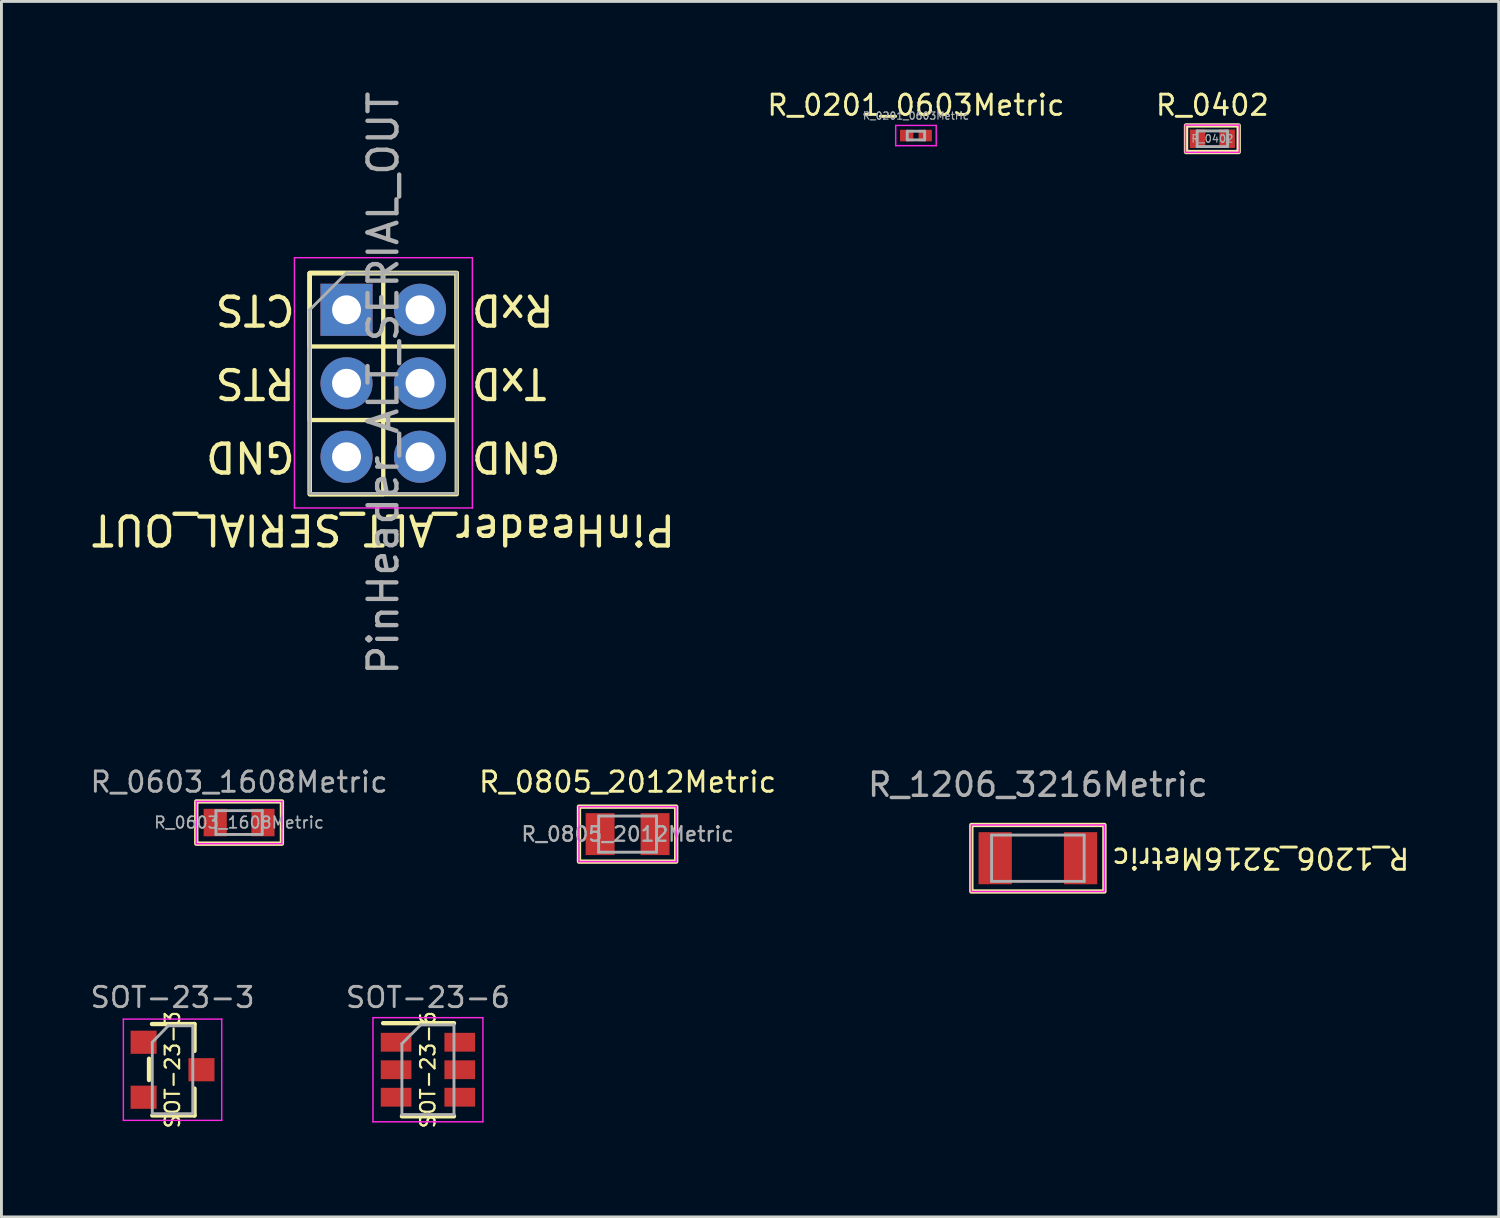
<source format=kicad_pcb>
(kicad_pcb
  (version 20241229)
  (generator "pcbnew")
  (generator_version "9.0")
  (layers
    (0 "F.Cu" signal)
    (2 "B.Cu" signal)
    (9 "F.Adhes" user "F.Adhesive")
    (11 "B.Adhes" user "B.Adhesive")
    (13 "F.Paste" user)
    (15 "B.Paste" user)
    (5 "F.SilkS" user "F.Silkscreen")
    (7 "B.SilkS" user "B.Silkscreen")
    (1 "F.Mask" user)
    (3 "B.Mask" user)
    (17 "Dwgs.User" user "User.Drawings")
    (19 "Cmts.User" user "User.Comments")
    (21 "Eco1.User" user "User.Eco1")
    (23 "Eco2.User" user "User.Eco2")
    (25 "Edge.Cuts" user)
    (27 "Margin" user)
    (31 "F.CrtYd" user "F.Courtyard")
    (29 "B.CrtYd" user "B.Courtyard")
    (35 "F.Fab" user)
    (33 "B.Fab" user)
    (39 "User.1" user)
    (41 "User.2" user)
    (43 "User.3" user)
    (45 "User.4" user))
  (footprint "R_0805_2012Metric"
    (layer "F.Cu")
    (at 18.64 25.778)
    (property "Reference" "R_0805_2012Metric" (at 0 -1.8 0) (layer "F.SilkS") (effects (font (size 0.7 0.7) (thickness 0.1))))
    (attr smd)
    (fp_rect (start -1.68 -0.95) (end 1.68 0.95) (stroke (width 0.15) (type solid)) (fill no) (layer "F.SilkS"))
    (fp_line (start -1.68 -0.95) (end 1.68 -0.95) (stroke (width 0.05) (type solid)) (layer "F.CrtYd"))
    (fp_line (start -1.68 0.95) (end -1.68 -0.95) (stroke (width 0.05) (type solid)) (layer "F.CrtYd"))
    (fp_line (start 1.68 -0.95) (end 1.68 0.95) (stroke (width 0.05) (type solid)) (layer "F.CrtYd"))
    (fp_line (start 1.68 0.95) (end -1.68 0.95) (stroke (width 0.05) (type solid)) (layer "F.CrtYd"))
    (fp_line (start -1 -0.625) (end 1 -0.625) (stroke (width 0.1) (type solid)) (layer "F.Fab"))
    (fp_line (start -1 0.625) (end -1 -0.625) (stroke (width 0.1) (type solid)) (layer "F.Fab"))
    (fp_line (start 1 -0.625) (end 1 0.625) (stroke (width 0.1) (type solid)) (layer "F.Fab"))
    (fp_line (start 1 0.625) (end -1 0.625) (stroke (width 0.1) (type solid)) (layer "F.Fab"))
    (fp_text user "${REFERENCE}" (at 0 0 0) (layer "F.Fab") (effects (font (size 0.5 0.5) (thickness 0.08))))
    (pad "1" smd rect (at -0.95 0) (size 1 1.45) (layers "F.Cu" "F.Mask" "F.Paste"))
    (pad "2" smd rect (at 0.95 0) (size 1 1.45) (layers "F.Cu" "F.Mask" "F.Paste")))
  (footprint "R_0201_0603Metric"
    (layer "F.Cu")
    (at 28.606 1.635)
    (property "Reference" "R_0201_0603Metric" (at 0 -1.05 0) (layer "F.SilkS") (effects (font (size 0.7 0.7) (thickness 0.1))))
    (attr smd)
    (fp_line (start -0.7 -0.35) (end 0.7 -0.35) (stroke (width 0.05) (type solid)) (layer "F.CrtYd"))
    (fp_line (start -0.7 0.35) (end -0.7 -0.35) (stroke (width 0.05) (type solid)) (layer "F.CrtYd"))
    (fp_line (start 0.7 -0.35) (end 0.7 0.35) (stroke (width 0.05) (type solid)) (layer "F.CrtYd"))
    (fp_line (start 0.7 0.35) (end -0.7 0.35) (stroke (width 0.05) (type solid)) (layer "F.CrtYd"))
    (fp_line (start -0.3 -0.15) (end 0.3 -0.15) (stroke (width 0.1) (type solid)) (layer "F.Fab"))
    (fp_line (start -0.3 0.15) (end -0.3 -0.15) (stroke (width 0.1) (type solid)) (layer "F.Fab"))
    (fp_line (start 0.3 -0.15) (end 0.3 0.15) (stroke (width 0.1) (type solid)) (layer "F.Fab"))
    (fp_line (start 0.3 0.15) (end -0.3 0.15) (stroke (width 0.1) (type solid)) (layer "F.Fab"))
    (fp_text user "${REFERENCE}" (at 0 -0.68 0) (layer "F.Fab") (effects (font (size 0.25 0.25) (thickness 0.04))))
    (pad "" smd roundrect (at -0.345 0) (size 0.318 0.36) (layers "F.Paste") (roundrect_rratio 0.25))
    (pad "" smd roundrect (at 0.345 0) (size 0.318 0.36) (layers "F.Paste") (roundrect_rratio 0.25))
    (pad "1" smd rect (at -0.32 0) (size 0.46 0.4) (layers "F.Cu" "F.Mask"))
    (pad "2" smd rect (at 0.32 0) (size 0.46 0.4) (layers "F.Cu" "F.Mask")))
  (footprint "SOT-23-6"
    (layer "F.Cu")
    (at 11.74 33.921)
    (property "Reference" "SOT-23-6" (at 0 -2.5 0) (layer "F.Fab") (effects (font (size 0.7 0.7) (thickness 0.1))))
    (attr smd)
    (fp_line (start -0.9 1.61) (end 0.9 1.61) (stroke (width 0.15) (type solid)) (layer "F.SilkS"))
    (fp_line (start 0.9 -1.61) (end -1.55 -1.61) (stroke (width 0.15) (type solid)) (layer "F.SilkS"))
    (fp_line (start -1.9 -1.8) (end -1.9 1.8) (stroke (width 0.05) (type solid)) (layer "F.CrtYd"))
    (fp_line (start -1.9 1.8) (end 1.9 1.8) (stroke (width 0.05) (type solid)) (layer "F.CrtYd"))
    (fp_line (start 1.9 -1.8) (end -1.9 -1.8) (stroke (width 0.05) (type solid)) (layer "F.CrtYd"))
    (fp_line (start 1.9 1.8) (end 1.9 -1.8) (stroke (width 0.05) (type solid)) (layer "F.CrtYd"))
    (fp_line (start -0.9 -0.9) (end -0.9 1.55) (stroke (width 0.1) (type solid)) (layer "F.Fab"))
    (fp_line (start -0.9 -0.9) (end -0.25 -1.55) (stroke (width 0.1) (type solid)) (layer "F.Fab"))
    (fp_line (start 0.9 -1.55) (end -0.25 -1.55) (stroke (width 0.1) (type solid)) (layer "F.Fab"))
    (fp_line (start 0.9 -1.55) (end 0.9 1.55) (stroke (width 0.1) (type solid)) (layer "F.Fab"))
    (fp_line (start 0.9 1.55) (end -0.9 1.55) (stroke (width 0.1) (type solid)) (layer "F.Fab"))
    (fp_text user "${REFERENCE}" (at 0 0 90) (layer "F.SilkS") (effects (font (size 0.5 0.5) (thickness 0.075))))
    (pad "1" smd rect (at -1.1 -0.95) (size 1.06 0.65) (layers "F.Cu" "F.Mask" "F.Paste"))
    (pad "2" smd rect (at -1.1 0) (size 1.06 0.65) (layers "F.Cu" "F.Mask" "F.Paste"))
    (pad "3" smd rect (at -1.1 0.95) (size 1.06 0.65) (layers "F.Cu" "F.Mask" "F.Paste"))
    (pad "4" smd rect (at 1.1 0.95) (size 1.06 0.65) (layers "F.Cu" "F.Mask" "F.Paste"))
    (pad "5" smd rect (at 1.1 0) (size 1.06 0.65) (layers "F.Cu" "F.Mask" "F.Paste"))
    (pad "6" smd rect (at 1.1 -0.95) (size 1.06 0.65) (layers "F.Cu" "F.Mask" "F.Paste")))
  (footprint "SOT-23-3"
    (layer "F.Cu")
    (at 2.913 33.921)
    (property "Reference" "SOT-23-3" (at 0 -2.5 0) (layer "F.Fab") (effects (font (size 0.7 0.7) (thickness 0.1))))
    (attr smd)
    (fp_line (start -0.813 -0.381) (end -0.813 0.356) (stroke (width 0.15) (type solid)) (layer "F.SilkS"))
    (fp_line (start 0.76 -1.58) (end -0.711 -1.58) (stroke (width 0.15) (type solid)) (layer "F.SilkS"))
    (fp_line (start 0.76 -1.58) (end 0.76 -0.65) (stroke (width 0.15) (type solid)) (layer "F.SilkS"))
    (fp_line (start 0.76 1.58) (end -0.7 1.58) (stroke (width 0.15) (type solid)) (layer "F.SilkS"))
    (fp_line (start 0.76 1.58) (end 0.76 0.65) (stroke (width 0.15) (type solid)) (layer "F.SilkS"))
    (fp_line (start -1.7 -1.75) (end 1.7 -1.75) (stroke (width 0.05) (type solid)) (layer "F.CrtYd"))
    (fp_line (start -1.7 1.75) (end -1.7 -1.75) (stroke (width 0.05) (type solid)) (layer "F.CrtYd"))
    (fp_line (start 1.7 -1.75) (end 1.7 1.75) (stroke (width 0.05) (type solid)) (layer "F.CrtYd"))
    (fp_line (start 1.7 1.75) (end -1.7 1.75) (stroke (width 0.05) (type solid)) (layer "F.CrtYd"))
    (fp_line (start -0.7 -0.95) (end -0.7 1.5) (stroke (width 0.1) (type solid)) (layer "F.Fab"))
    (fp_line (start -0.7 -0.95) (end -0.15 -1.52) (stroke (width 0.1) (type solid)) (layer "F.Fab"))
    (fp_line (start -0.7 1.52) (end 0.7 1.52) (stroke (width 0.1) (type solid)) (layer "F.Fab"))
    (fp_line (start -0.15 -1.52) (end 0.7 -1.52) (stroke (width 0.1) (type solid)) (layer "F.Fab"))
    (fp_line (start 0.7 -1.52) (end 0.7 1.52) (stroke (width 0.1) (type solid)) (layer "F.Fab"))
    (fp_text user "${REFERENCE}" (at 0 0 90) (layer "F.SilkS") (effects (font (size 0.5 0.5) (thickness 0.075))))
    (pad "1" smd rect (at -1 -0.95) (size 0.9 0.8) (layers "F.Cu" "F.Mask" "F.Paste"))
    (pad "2" smd rect (at -1 0.95) (size 0.9 0.8) (layers "F.Cu" "F.Mask" "F.Paste"))
    (pad "3" smd rect (at 1 0) (size 0.9 0.8) (layers "F.Cu" "F.Mask" "F.Paste")))
  (footprint "R_0603_1608Metric"
    (layer "F.Cu")
    (at 5.213 25.378)
    (property "Reference" "R_0603_1608Metric" (at 0 -1.4 0) (layer "F.Fab") (effects (font (size 0.7 0.7) (thickness 0.1))))
    (attr smd)
    (fp_rect (start -1.48 -0.73) (end 1.48 0.73) (stroke (width 0.15) (type solid)) (fill no) (layer "F.SilkS"))
    (fp_line (start -1.48 -0.73) (end 1.48 -0.73) (stroke (width 0.05) (type solid)) (layer "F.CrtYd"))
    (fp_line (start -1.48 0.73) (end -1.48 -0.73) (stroke (width 0.05) (type solid)) (layer "F.CrtYd"))
    (fp_line (start 1.48 -0.73) (end 1.48 0.73) (stroke (width 0.05) (type solid)) (layer "F.CrtYd"))
    (fp_line (start 1.48 0.73) (end -1.48 0.73) (stroke (width 0.05) (type solid)) (layer "F.CrtYd"))
    (fp_line (start -0.8 -0.412) (end 0.8 -0.412) (stroke (width 0.1) (type solid)) (layer "F.Fab"))
    (fp_line (start -0.8 0.412) (end -0.8 -0.412) (stroke (width 0.1) (type solid)) (layer "F.Fab"))
    (fp_line (start 0.8 -0.412) (end 0.8 0.412) (stroke (width 0.1) (type solid)) (layer "F.Fab"))
    (fp_line (start 0.8 0.412) (end -0.8 0.412) (stroke (width 0.1) (type solid)) (layer "F.Fab"))
    (fp_text user "${REFERENCE}" (at 0 0 0) (layer "F.Fab") (effects (font (size 0.4 0.4) (thickness 0.06))))
    (pad "1" smd rect (at -0.825 0) (size 0.8 0.95) (layers "F.Cu" "F.Mask" "F.Paste"))
    (pad "2" smd rect (at 0.825 0) (size 0.8 0.95) (layers "F.Cu" "F.Mask" "F.Paste")))
  (footprint "R_1206_3216Metric"
    (layer "F.Cu")
    (at 32.82 26.611)
    (property "Reference" "R_1206_3216Metric" (at 2.5 0 180) (unlocked yes) (layer "F.SilkS") (effects (font (size 0.7 0.7) (thickness 0.1)) (justify right)))
    (attr smd)
    (fp_rect (start -2.3 -1.15) (end 2.3 1.15) (stroke (width 0.15) (type solid)) (fill no) (layer "F.SilkS"))
    (fp_rect (start -2.3 -1.15) (end 2.3 1.15) (stroke (width 0.05) (type solid)) (fill no) (layer "F.CrtYd"))
    (fp_line (start -1.6 -0.8) (end 1.6 -0.8) (stroke (width 0.1) (type solid)) (layer "F.Fab"))
    (fp_line (start -1.6 0.8) (end -1.6 -0.8) (stroke (width 0.1) (type solid)) (layer "F.Fab"))
    (fp_line (start 1.6 -0.8) (end 1.6 0.8) (stroke (width 0.1) (type solid)) (layer "F.Fab"))
    (fp_line (start 1.6 0.8) (end -1.6 0.8) (stroke (width 0.1) (type solid)) (layer "F.Fab"))
    (fp_text user "${REFERENCE}" (at 0 -2.54 0) (layer "F.Fab") (effects (font (size 0.8 0.8) (thickness 0.12))))
    (pad "1" smd rect (at -1.475 0) (size 1.15 1.8) (layers "F.Cu" "F.Mask" "F.Paste"))
    (pad "2" smd rect (at 1.475 0) (size 1.15 1.8) (layers "F.Cu" "F.Mask" "F.Paste")))
  (footprint "PinHeader_ALT_SERIAL_OUT"
    (layer "F.Cu")
    (at 8.926 7.656)
    (property "Reference" "PinHeader_ALT_SERIAL_OUT" (at 1.27 7.6 180) (unlocked yes) (layer "F.SilkS") (effects (font (size 1 1) (thickness 0.15))))
    (attr through_hole)
    (fp_rect (start -1.27 -1.27) (end 1.27 6.375) (stroke (width 0.15) (type solid)) (fill no) (layer "F.SilkS"))
    (fp_rect (start -1.27 -1.27) (end 3.81 1.27) (stroke (width 0.15) (type solid)) (fill no) (layer "F.SilkS"))
    (fp_rect (start -1.27 -1.27) (end 3.81 3.81) (stroke (width 0.15) (type solid)) (fill no) (layer "F.SilkS"))
    (fp_rect (start -1.27 -1.27) (end 3.81 6.375) (stroke (width 0.15) (type solid)) (fill no) (layer "F.SilkS"))
    (fp_line (start -1.8 -1.8) (end -1.8 6.85) (stroke (width 0.05) (type solid)) (layer "F.CrtYd"))
    (fp_line (start -1.8 6.85) (end 4.35 6.85) (stroke (width 0.05) (type solid)) (layer "F.CrtYd"))
    (fp_line (start 4.35 -1.8) (end -1.8 -1.8) (stroke (width 0.05) (type solid)) (layer "F.CrtYd"))
    (fp_line (start 4.35 6.85) (end 4.35 -1.8) (stroke (width 0.05) (type solid)) (layer "F.CrtYd"))
    (fp_line (start -1.27 0) (end 0 -1.27) (stroke (width 0.1) (type solid)) (layer "F.Fab"))
    (fp_line (start -1.27 6.35) (end -1.27 0) (stroke (width 0.1) (type solid)) (layer "F.Fab"))
    (fp_line (start 0 -1.27) (end 3.81 -1.27) (stroke (width 0.1) (type solid)) (layer "F.Fab"))
    (fp_line (start 3.81 -1.27) (end 3.81 6.35) (stroke (width 0.1) (type solid)) (layer "F.Fab"))
    (fp_line (start 3.81 6.35) (end -1.27 6.35) (stroke (width 0.1) (type solid)) (layer "F.Fab"))
    (fp_text user "TxD" (at 4.24 2.54 180) (unlocked yes) (layer "F.SilkS") (effects (font (size 1 1) (thickness 0.15)) (justify right)))
    (fp_text user "GND" (at 4.24 5.08 180) (unlocked yes) (layer "F.SilkS") (effects (font (size 1 1) (thickness 0.15)) (justify right)))
    (fp_text user "RxD" (at 4.24 0 180) (unlocked yes) (layer "F.SilkS") (effects (font (size 1 1) (thickness 0.15)) (justify right)))
    (fp_text user "RTS" (at -1.7 2.54 180) (unlocked yes) (layer "F.SilkS") (effects (font (size 1 1) (thickness 0.15)) (justify left)))
    (fp_text user "CTS" (at -1.7 0 180) (unlocked yes) (layer "F.SilkS") (effects (font (size 1 1) (thickness 0.15)) (justify left)))
    (fp_text user "GND" (at -1.7 5.08 180) (unlocked yes) (layer "F.SilkS") (effects (font (size 1 1) (thickness 0.15)) (justify left)))
    (fp_text user "${REFERENCE}" (at 1.27 2.54 90) (layer "F.Fab") (effects (font (size 1 1) (thickness 0.15))))
    (pad "1" thru_hole rect (at 0 0) (size 1.8 1.8) (drill 1) (layers "*.Cu" "*.Mask"))
    (pad "2" thru_hole circle (at 2.54 0) (size 1.8 1.8) (drill 1) (layers "*.Cu" "*.Mask"))
    (pad "3" thru_hole circle (at 0 2.54) (size 1.8 1.8) (drill 1) (layers "*.Cu" "*.Mask"))
    (pad "4" thru_hole circle (at 2.54 2.54) (size 1.8 1.8) (drill 1) (layers "*.Cu" "*.Mask"))
    (pad "5" thru_hole circle (at 0 5.08) (size 1.8 1.8) (drill 1) (layers "*.Cu" "*.Mask"))
    (pad "6" thru_hole circle (at 2.54 5.08) (size 1.8 1.8) (drill 1) (layers "*.Cu" "*.Mask")))
  (footprint "R_0402"
    (layer "F.Cu")
    (at 38.85 1.745)
    (property "Reference" "R_0402" (at 0 -1.16 0) (layer "F.SilkS") (effects (font (size 0.7 0.7) (thickness 0.1))))
    (attr smd)
    (fp_rect (start -0.91 -0.46) (end 0.91 0.46) (stroke (width 0.15) (type solid)) (fill no) (layer "F.SilkS"))
    (fp_line (start -0.93 -0.47) (end 0.93 -0.47) (stroke (width 0.05) (type solid)) (layer "F.CrtYd"))
    (fp_line (start -0.93 0.47) (end -0.93 -0.47) (stroke (width 0.05) (type solid)) (layer "F.CrtYd"))
    (fp_line (start 0.93 -0.47) (end 0.93 0.47) (stroke (width 0.05) (type solid)) (layer "F.CrtYd"))
    (fp_line (start 0.93 0.47) (end -0.93 0.47) (stroke (width 0.05) (type solid)) (layer "F.CrtYd"))
    (fp_line (start -0.525 -0.27) (end 0.525 -0.27) (stroke (width 0.1) (type solid)) (layer "F.Fab"))
    (fp_line (start -0.525 0.27) (end -0.525 -0.27) (stroke (width 0.1) (type solid)) (layer "F.Fab"))
    (fp_line (start 0.525 -0.27) (end 0.525 0.27) (stroke (width 0.1) (type solid)) (layer "F.Fab"))
    (fp_line (start 0.525 0.27) (end -0.525 0.27) (stroke (width 0.1) (type solid)) (layer "F.Fab"))
    (fp_text user "${REFERENCE}" (at 0 0 0) (layer "F.Fab") (effects (font (size 0.26 0.26) (thickness 0.04))))
    (pad "1" smd rect (at -0.51 0) (size 0.54 0.64) (layers "F.Cu" "F.Mask" "F.Paste"))
    (pad "2" smd rect (at 0.51 0) (size 0.54 0.64) (layers "F.Cu" "F.Mask" "F.Paste")))
  (gr_rect
    (start -3 -3)
    (end 48.747 39.008)
    (stroke (width 0.1) (type default))
    (fill no)
    (layer "Edge.Cuts")))
</source>
